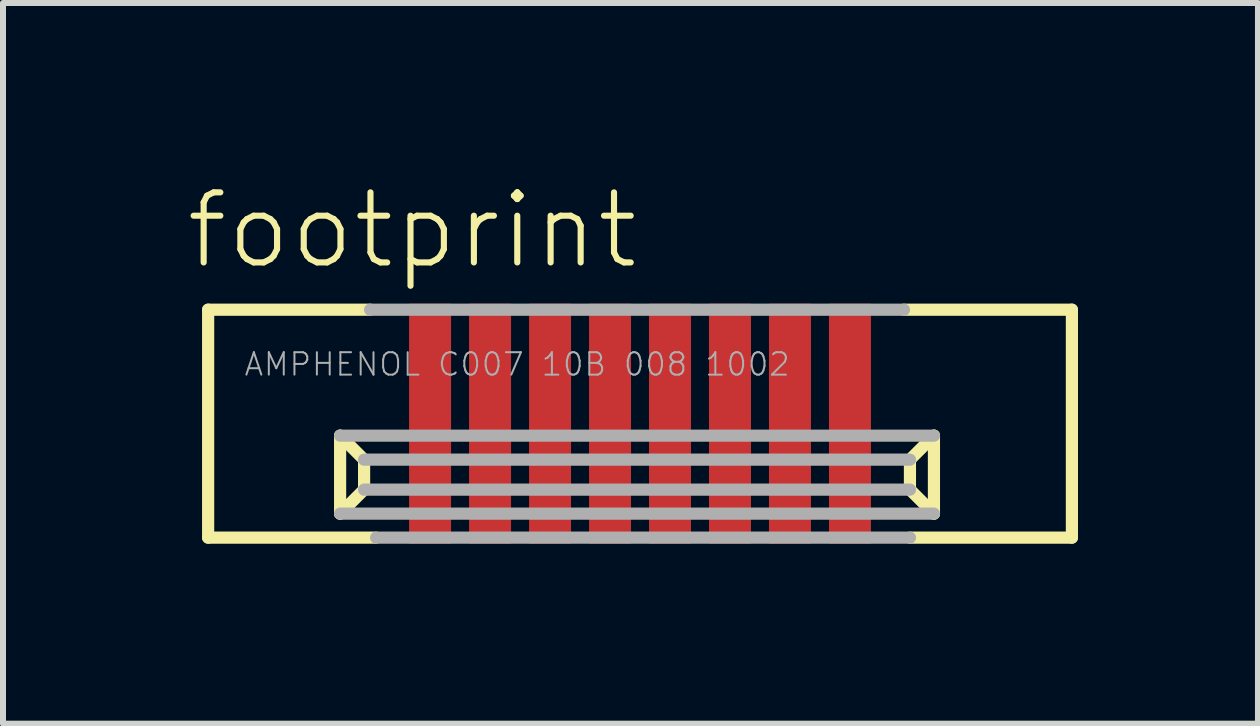
<source format=kicad_pcb>
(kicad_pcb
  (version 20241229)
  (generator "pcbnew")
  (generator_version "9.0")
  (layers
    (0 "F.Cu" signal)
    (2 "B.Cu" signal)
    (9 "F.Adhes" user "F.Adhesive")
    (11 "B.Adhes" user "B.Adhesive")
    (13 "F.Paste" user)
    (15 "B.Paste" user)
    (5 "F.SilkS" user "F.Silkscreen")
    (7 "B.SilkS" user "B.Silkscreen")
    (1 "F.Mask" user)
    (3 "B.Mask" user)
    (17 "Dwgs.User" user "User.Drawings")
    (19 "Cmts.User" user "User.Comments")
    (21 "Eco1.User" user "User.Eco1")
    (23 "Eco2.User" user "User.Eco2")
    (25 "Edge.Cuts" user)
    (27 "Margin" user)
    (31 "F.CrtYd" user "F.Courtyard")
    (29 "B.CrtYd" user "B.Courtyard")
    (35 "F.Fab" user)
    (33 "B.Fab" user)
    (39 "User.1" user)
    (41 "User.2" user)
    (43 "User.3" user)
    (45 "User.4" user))
  (footprint "footprint"
    (layer "F.Cu")
    (at 7.62 4.013)
    (property "Reference" "footprint" (at -7.62 -2.54 0) (layer "F.SilkS") (effects (font (size 1.168 1.168) (thickness 0.102)) (justify left bottom)))
    (fp_line (start -7.2 -1.9) (end -4.5 -1.9) (stroke (width 0.203) (type solid)) (layer "F.SilkS"))
    (fp_line (start -7.2 1.9) (end -7.2 -1.9) (stroke (width 0.203) (type solid)) (layer "F.SilkS"))
    (fp_line (start -5 0.2) (end -5 1.5) (stroke (width 0.203) (type solid)) (layer "F.SilkS"))
    (fp_line (start -5 0.2) (end -4.6 0.6) (stroke (width 0.203) (type solid)) (layer "F.SilkS"))
    (fp_line (start -5 1.5) (end -4.6 1.1) (stroke (width 0.203) (type solid)) (layer "F.SilkS"))
    (fp_line (start -4.6 1.1) (end -4.6 0.6) (stroke (width 0.203) (type solid)) (layer "F.SilkS"))
    (fp_line (start -4.4 1.9) (end -7.2 1.9) (stroke (width 0.203) (type solid)) (layer "F.SilkS"))
    (fp_line (start 4.4 -1.9) (end 7.2 -1.9) (stroke (width 0.203) (type solid)) (layer "F.SilkS"))
    (fp_line (start 4.5 0.6) (end 4.5 1.1) (stroke (width 0.203) (type solid)) (layer "F.SilkS"))
    (fp_line (start 4.9 0.2) (end 4.5 0.6) (stroke (width 0.203) (type solid)) (layer "F.SilkS"))
    (fp_line (start 4.9 1.5) (end 4.5 1.1) (stroke (width 0.203) (type solid)) (layer "F.SilkS"))
    (fp_line (start 4.9 1.5) (end 4.9 0.2) (stroke (width 0.203) (type solid)) (layer "F.SilkS"))
    (fp_line (start 7.2 -1.9) (end 7.2 1.9) (stroke (width 0.203) (type solid)) (layer "F.SilkS"))
    (fp_line (start 7.2 1.9) (end 4.5 1.9) (stroke (width 0.203) (type solid)) (layer "F.SilkS"))
    (fp_line (start -4.6 0.6) (end 4.5 0.6) (stroke (width 0.203) (type solid)) (layer "F.Fab"))
    (fp_line (start -4.5 -1.9) (end 4.4 -1.9) (stroke (width 0.203) (type solid)) (layer "F.Fab"))
    (fp_line (start 4.5 1.1) (end -4.6 1.1) (stroke (width 0.203) (type solid)) (layer "F.Fab"))
    (fp_line (start 4.5 1.9) (end -4.4 1.9) (stroke (width 0.203) (type solid)) (layer "F.Fab"))
    (fp_line (start 4.9 0.2) (end -5 0.2) (stroke (width 0.203) (type solid)) (layer "F.Fab"))
    (fp_line (start 4.9 1.5) (end -5 1.5) (stroke (width 0.203) (type solid)) (layer "F.Fab"))
    (fp_text user "AMPHENOL C007 10B 008 1002" (at -6.62 -0.77 0) (layer "F.Fab") (effects (font (size 0.374 0.374) (thickness 0.033)) (justify left bottom)))
    (pad "1" smd rect (at -3.5 0) (size 0.7 4) (layers "F.Cu" "F.Mask" "F.Paste"))
    (pad "2" smd rect (at -2.5 0) (size 0.7 4) (layers "F.Cu" "F.Mask" "F.Paste"))
    (pad "3" smd rect (at -1.5 0) (size 0.7 4) (layers "F.Cu" "F.Mask" "F.Paste"))
    (pad "4" smd rect (at -0.5 0) (size 0.7 4) (layers "F.Cu" "F.Mask" "F.Paste"))
    (pad "5" smd rect (at 0.5 0) (size 0.7 4) (layers "F.Cu" "F.Mask" "F.Paste"))
    (pad "6" smd rect (at 1.5 0) (size 0.7 4) (layers "F.Cu" "F.Mask" "F.Paste"))
    (pad "7" smd rect (at 2.5 0) (size 0.7 4) (layers "F.Cu" "F.Mask" "F.Paste"))
    (pad "8" smd rect (at 3.5 0) (size 0.7 4) (layers "F.Cu" "F.Mask" "F.Paste")))
  (gr_rect
    (start -3 -3)
    (end 17.922 9.015)
    (stroke (width 0.1) (type default))
    (fill no)
    (layer "Edge.Cuts")))
</source>
